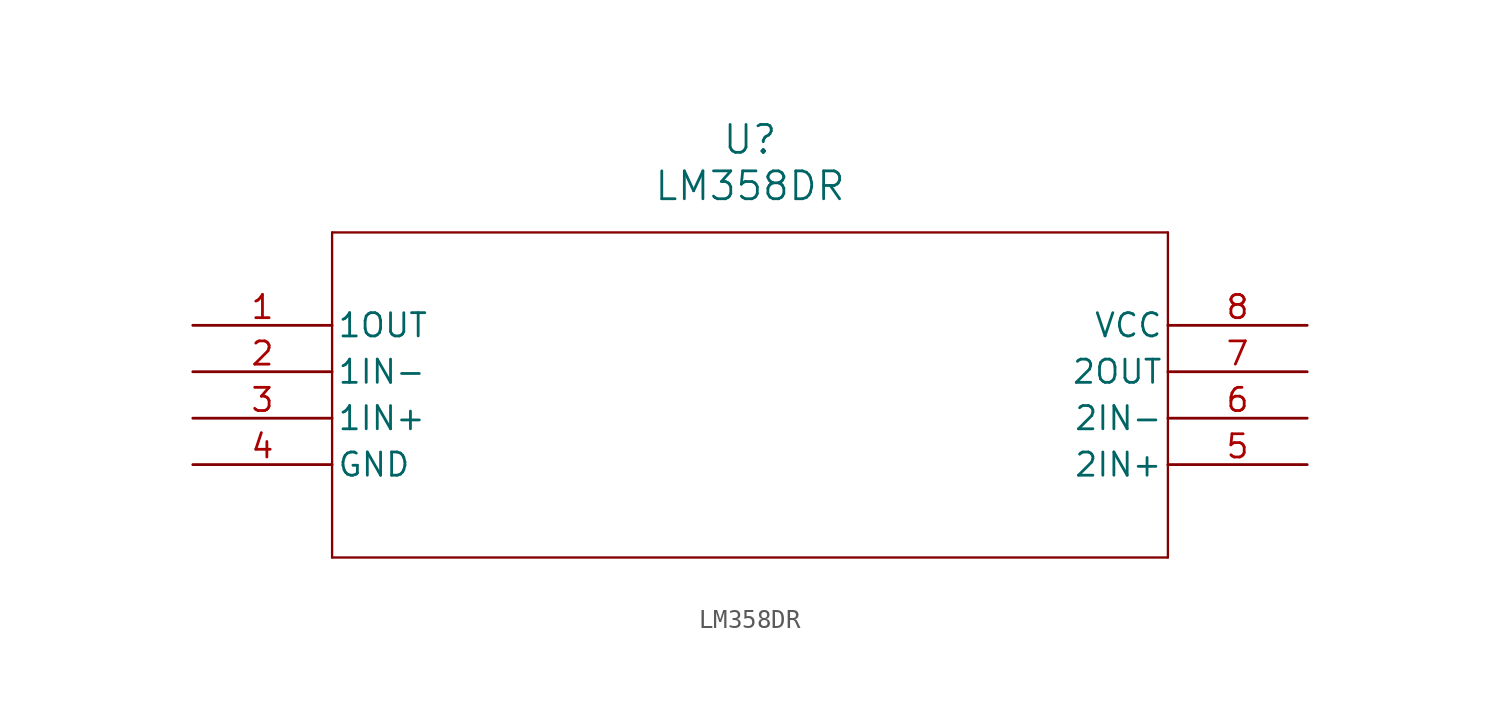
<source format=kicad_sym>
(kicad_symbol_lib
  (version 20211014)
  (generator kicad_symbol_editor)
  (symbol "LM358DR"
    (pin_names
      (offset 0.254))
    (property "Reference" "U"
      (at 30.48 10.16 0)
      (effects (font (size 1.524 1.524))))
    (property "Value" "LM358DR"
      (at 30.48 7.62 0)
      (effects (font (size 1.524 1.524))))
    (symbol "LM358DR_0_1"
      (polyline (pts (xy 7.62 5.08) (xy 7.62 -12.7)) (stroke (width 0.127) (type default) (color 0 0 0 0)) (fill (type none)))
      (polyline (pts (xy 7.62 -12.7) (xy 53.34 -12.7)) (stroke (width 0.127) (type default) (color 0 0 0 0)) (fill (type none)))
      (polyline (pts (xy 53.34 -12.7) (xy 53.34 5.08)) (stroke (width 0.127) (type default) (color 0 0 0 0)) (fill (type none)))
      (polyline (pts (xy 53.34 5.08) (xy 7.62 5.08)) (stroke (width 0.127) (type default) (color 0 0 0 0)) (fill (type none)))
      (pin output line (at 0 0 0) (length 7.62) (name "1OUT" (effects (font (size 1.27 1.27)))) (number "1" (effects (font (size 1.27 1.27)))))
      (pin input line (at 0 -2.54 0) (length 7.62) (name "1IN-" (effects (font (size 1.27 1.27)))) (number "2" (effects (font (size 1.27 1.27)))))
      (pin input line (at 0 -5.08 0) (length 7.62) (name "1IN+" (effects (font (size 1.27 1.27)))) (number "3" (effects (font (size 1.27 1.27)))))
      (pin power_in line (at 0 -7.62 0) (length 7.62) (name "GND" (effects (font (size 1.27 1.27)))) (number "4" (effects (font (size 1.27 1.27)))))
      (pin input line (at 60.96 -7.62 180) (length 7.62) (name "2IN+" (effects (font (size 1.27 1.27)))) (number "5" (effects (font (size 1.27 1.27)))))
      (pin input line (at 60.96 -5.08 180) (length 7.62) (name "2IN-" (effects (font (size 1.27 1.27)))) (number "6" (effects (font (size 1.27 1.27)))))
      (pin output line (at 60.96 -2.54 180) (length 7.62) (name "2OUT" (effects (font (size 1.27 1.27)))) (number "7" (effects (font (size 1.27 1.27)))))
      (pin power_in line (at 60.96 0 180) (length 7.62) (name "VCC" (effects (font (size 1.27 1.27)))) (number "8" (effects (font (size 1.27 1.27))))))))
</source>
